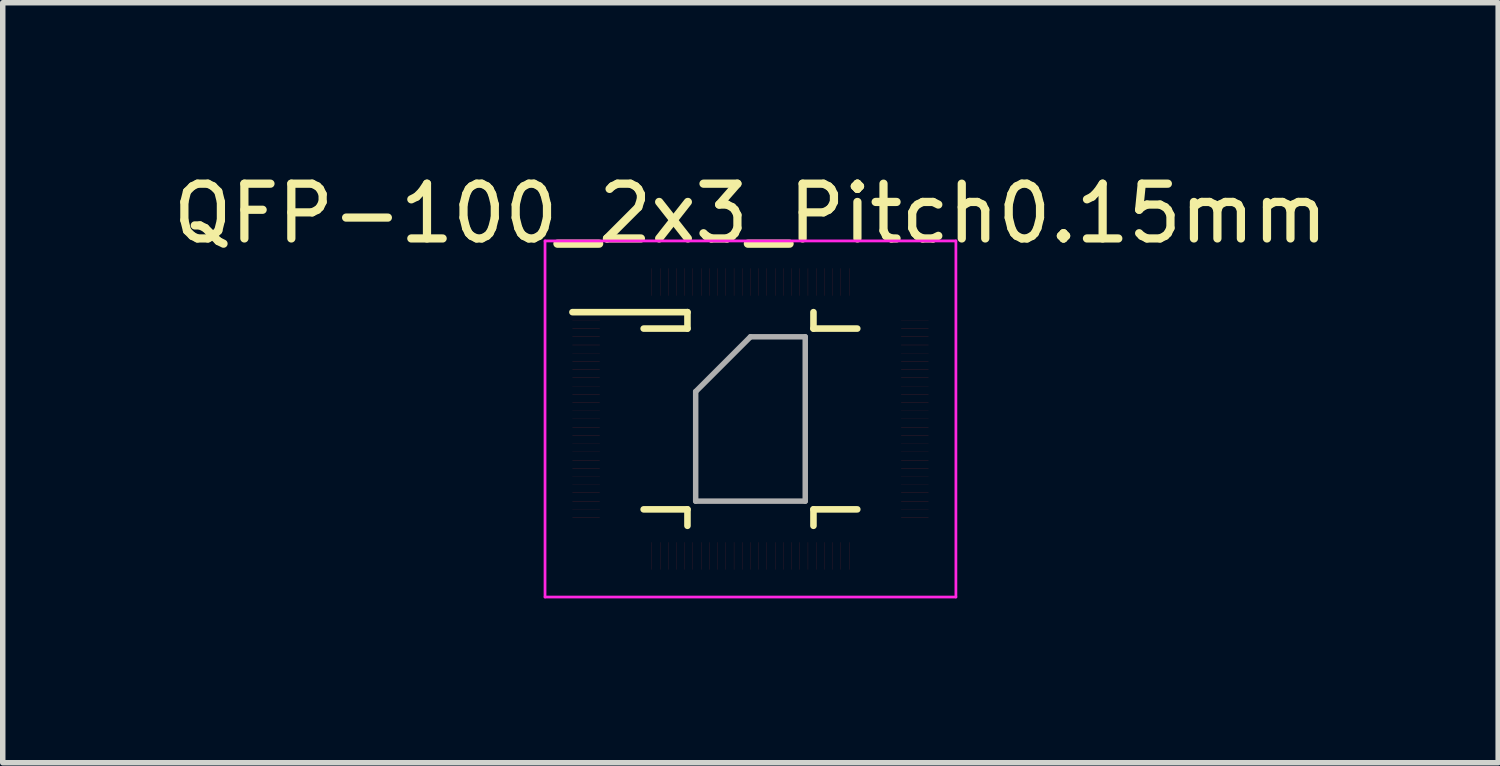
<source format=kicad_pcb>
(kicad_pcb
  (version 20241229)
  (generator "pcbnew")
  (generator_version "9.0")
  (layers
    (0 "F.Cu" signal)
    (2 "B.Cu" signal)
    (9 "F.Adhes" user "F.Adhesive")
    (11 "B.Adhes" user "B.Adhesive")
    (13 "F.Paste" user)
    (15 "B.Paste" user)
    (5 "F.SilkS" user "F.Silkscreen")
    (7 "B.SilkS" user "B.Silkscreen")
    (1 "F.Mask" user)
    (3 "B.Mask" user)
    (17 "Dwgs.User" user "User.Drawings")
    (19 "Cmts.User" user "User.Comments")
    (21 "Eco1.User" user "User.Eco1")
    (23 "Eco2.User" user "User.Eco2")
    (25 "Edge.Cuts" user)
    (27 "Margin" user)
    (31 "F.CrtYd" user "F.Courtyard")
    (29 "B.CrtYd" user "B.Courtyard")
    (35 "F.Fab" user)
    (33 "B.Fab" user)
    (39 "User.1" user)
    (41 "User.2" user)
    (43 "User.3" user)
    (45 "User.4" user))
  (footprint "QFP-100_2x3_Pitch0.15mm"
    (layer "F.Cu")
    (at 10.649 4.598)
    (property "Reference" "QFP-100_2x3_Pitch0.15mm" (at 0 -3.75 0) (layer "F.SilkS") (effects (font (size 1 1) (thickness 0.15))))
    (attr smd)
    (fp_line (start -1.95 -1.65) (end -1.15 -1.65) (stroke (width 0.12) (type solid)) (layer "F.SilkS"))
    (fp_line (start -1.95 1.65) (end -1.15 1.65) (stroke (width 0.12) (type solid)) (layer "F.SilkS"))
    (fp_line (start -1.15 -1.95) (end -3.25 -1.95) (stroke (width 0.12) (type solid)) (layer "F.SilkS"))
    (fp_line (start -1.15 -1.65) (end -1.15 -1.95) (stroke (width 0.12) (type solid)) (layer "F.SilkS"))
    (fp_line (start -1.15 1.65) (end -1.15 1.95) (stroke (width 0.12) (type solid)) (layer "F.SilkS"))
    (fp_line (start 1.15 -1.65) (end 1.15 -1.95) (stroke (width 0.12) (type solid)) (layer "F.SilkS"))
    (fp_line (start 1.15 1.65) (end 1.15 1.95) (stroke (width 0.12) (type solid)) (layer "F.SilkS"))
    (fp_line (start 1.95 -1.65) (end 1.15 -1.65) (stroke (width 0.12) (type solid)) (layer "F.SilkS"))
    (fp_line (start 1.95 1.65) (end 1.15 1.65) (stroke (width 0.12) (type solid)) (layer "F.SilkS"))
    (fp_line (start -3.75 -3.25) (end 3.75 -3.25) (stroke (width 0.05) (type solid)) (layer "F.CrtYd"))
    (fp_line (start -3.75 3.25) (end -3.75 -3.25) (stroke (width 0.05) (type solid)) (layer "F.CrtYd"))
    (fp_line (start 3.75 -3.25) (end 3.75 3.25) (stroke (width 0.05) (type solid)) (layer "F.CrtYd"))
    (fp_line (start 3.75 3.25) (end -3.75 3.25) (stroke (width 0.05) (type solid)) (layer "F.CrtYd"))
    (fp_line (start -1 -0.5) (end -1 1.5) (stroke (width 0.1) (type solid)) (layer "F.Fab"))
    (fp_line (start -1 1.5) (end 1 1.5) (stroke (width 0.1) (type solid)) (layer "F.Fab"))
    (fp_line (start 0 -1.5) (end -1 -0.5) (stroke (width 0.1) (type solid)) (layer "F.Fab"))
    (fp_line (start 1 -1.5) (end 0 -1.5) (stroke (width 0.1) (type solid)) (layer "F.Fab"))
    (fp_line (start 1 1.5) (end 1 -1.5) (stroke (width 0.1) (type solid)) (layer "F.Fab"))
    (pad "1" smd oval (at -3 -1.8 90) (size 0.002 0.5) (layers "F.Cu" "F.Mask" "F.Paste"))
    (pad "2" smd oval (at -3 -1.65 90) (size 0.002 0.5) (layers "F.Cu" "F.Mask" "F.Paste"))
    (pad "3" smd oval (at -3 -1.5 90) (size 0.002 0.5) (layers "F.Cu" "F.Mask" "F.Paste"))
    (pad "4" smd oval (at -3 -1.35 90) (size 0.002 0.5) (layers "F.Cu" "F.Mask" "F.Paste"))
    (pad "5" smd oval (at -3 -1.2 90) (size 0.002 0.5) (layers "F.Cu" "F.Mask" "F.Paste"))
    (pad "6" smd oval (at -3 -1.05 90) (size 0.002 0.5) (layers "F.Cu" "F.Mask" "F.Paste"))
    (pad "7" smd oval (at -3 -0.9 90) (size 0.002 0.5) (layers "F.Cu" "F.Mask" "F.Paste"))
    (pad "8" smd oval (at -3 -0.75 90) (size 0.002 0.5) (layers "F.Cu" "F.Mask" "F.Paste"))
    (pad "9" smd oval (at -3 -0.6 90) (size 0.002 0.5) (layers "F.Cu" "F.Mask" "F.Paste"))
    (pad "10" smd oval (at -3 -0.45 90) (size 0.002 0.5) (layers "F.Cu" "F.Mask" "F.Paste"))
    (pad "11" smd oval (at -3 -0.3 90) (size 0.002 0.5) (layers "F.Cu" "F.Mask" "F.Paste"))
    (pad "12" smd oval (at -3 -0.15 90) (size 0.002 0.5) (layers "F.Cu" "F.Mask" "F.Paste"))
    (pad "13" smd oval (at -3 0 90) (size 0.002 0.5) (layers "F.Cu" "F.Mask" "F.Paste"))
    (pad "14" smd oval (at -3 0.15 90) (size 0.002 0.5) (layers "F.Cu" "F.Mask" "F.Paste"))
    (pad "15" smd oval (at -3 0.3 90) (size 0.002 0.5) (layers "F.Cu" "F.Mask" "F.Paste"))
    (pad "16" smd oval (at -3 0.45 90) (size 0.002 0.5) (layers "F.Cu" "F.Mask" "F.Paste"))
    (pad "17" smd oval (at -3 0.6 90) (size 0.002 0.5) (layers "F.Cu" "F.Mask" "F.Paste"))
    (pad "18" smd oval (at -3 0.75 90) (size 0.002 0.5) (layers "F.Cu" "F.Mask" "F.Paste"))
    (pad "19" smd oval (at -3 0.9 90) (size 0.002 0.5) (layers "F.Cu" "F.Mask" "F.Paste"))
    (pad "20" smd oval (at -3 1.05 90) (size 0.002 0.5) (layers "F.Cu" "F.Mask" "F.Paste"))
    (pad "21" smd oval (at -3 1.2 90) (size 0.002 0.5) (layers "F.Cu" "F.Mask" "F.Paste"))
    (pad "22" smd oval (at -3 1.35 90) (size 0.002 0.5) (layers "F.Cu" "F.Mask" "F.Paste"))
    (pad "23" smd oval (at -3 1.5 90) (size 0.002 0.5) (layers "F.Cu" "F.Mask" "F.Paste"))
    (pad "24" smd oval (at -3 1.65 90) (size 0.002 0.5) (layers "F.Cu" "F.Mask" "F.Paste"))
    (pad "25" smd oval (at -3 1.8 90) (size 0.002 0.5) (layers "F.Cu" "F.Mask" "F.Paste"))
    (pad "26" smd oval (at -1.8 2.5) (size 0.002 0.5) (layers "F.Cu" "F.Mask" "F.Paste"))
    (pad "27" smd oval (at -1.65 2.5) (size 0.002 0.5) (layers "F.Cu" "F.Mask" "F.Paste"))
    (pad "28" smd oval (at -1.5 2.5) (size 0.002 0.5) (layers "F.Cu" "F.Mask" "F.Paste"))
    (pad "29" smd oval (at -1.35 2.5) (size 0.002 0.5) (layers "F.Cu" "F.Mask" "F.Paste"))
    (pad "30" smd oval (at -1.2 2.5) (size 0.002 0.5) (layers "F.Cu" "F.Mask" "F.Paste"))
    (pad "31" smd oval (at -1.05 2.5) (size 0.002 0.5) (layers "F.Cu" "F.Mask" "F.Paste"))
    (pad "32" smd oval (at -0.9 2.5) (size 0.002 0.5) (layers "F.Cu" "F.Mask" "F.Paste"))
    (pad "33" smd oval (at -0.75 2.5) (size 0.002 0.5) (layers "F.Cu" "F.Mask" "F.Paste"))
    (pad "34" smd oval (at -0.6 2.5) (size 0.002 0.5) (layers "F.Cu" "F.Mask" "F.Paste"))
    (pad "35" smd oval (at -0.45 2.5) (size 0.002 0.5) (layers "F.Cu" "F.Mask" "F.Paste"))
    (pad "36" smd oval (at -0.3 2.5) (size 0.002 0.5) (layers "F.Cu" "F.Mask" "F.Paste"))
    (pad "37" smd oval (at -0.15 2.5) (size 0.002 0.5) (layers "F.Cu" "F.Mask" "F.Paste"))
    (pad "38" smd oval (at 0 2.5) (size 0.002 0.5) (layers "F.Cu" "F.Mask" "F.Paste"))
    (pad "39" smd oval (at 0.15 2.5) (size 0.002 0.5) (layers "F.Cu" "F.Mask" "F.Paste"))
    (pad "40" smd oval (at 0.3 2.5) (size 0.002 0.5) (layers "F.Cu" "F.Mask" "F.Paste"))
    (pad "41" smd oval (at 0.45 2.5) (size 0.002 0.5) (layers "F.Cu" "F.Mask" "F.Paste"))
    (pad "42" smd oval (at 0.6 2.5) (size 0.002 0.5) (layers "F.Cu" "F.Mask" "F.Paste"))
    (pad "43" smd oval (at 0.75 2.5) (size 0.002 0.5) (layers "F.Cu" "F.Mask" "F.Paste"))
    (pad "44" smd oval (at 0.9 2.5) (size 0.002 0.5) (layers "F.Cu" "F.Mask" "F.Paste"))
    (pad "45" smd oval (at 1.05 2.5) (size 0.002 0.5) (layers "F.Cu" "F.Mask" "F.Paste"))
    (pad "46" smd oval (at 1.2 2.5) (size 0.002 0.5) (layers "F.Cu" "F.Mask" "F.Paste"))
    (pad "47" smd oval (at 1.35 2.5) (size 0.002 0.5) (layers "F.Cu" "F.Mask" "F.Paste"))
    (pad "48" smd oval (at 1.5 2.5) (size 0.002 0.5) (layers "F.Cu" "F.Mask" "F.Paste"))
    (pad "49" smd oval (at 1.65 2.5) (size 0.002 0.5) (layers "F.Cu" "F.Mask" "F.Paste"))
    (pad "50" smd oval (at 1.8 2.5) (size 0.002 0.5) (layers "F.Cu" "F.Mask" "F.Paste"))
    (pad "51" smd oval (at 3 1.8 90) (size 0.002 0.5) (layers "F.Cu" "F.Mask" "F.Paste"))
    (pad "52" smd oval (at 3 1.65 90) (size 0.002 0.5) (layers "F.Cu" "F.Mask" "F.Paste"))
    (pad "53" smd oval (at 3 1.5 90) (size 0.002 0.5) (layers "F.Cu" "F.Mask" "F.Paste"))
    (pad "54" smd oval (at 3 1.35 90) (size 0.002 0.5) (layers "F.Cu" "F.Mask" "F.Paste"))
    (pad "55" smd oval (at 3 1.2 90) (size 0.002 0.5) (layers "F.Cu" "F.Mask" "F.Paste"))
    (pad "56" smd oval (at 3 1.05 90) (size 0.002 0.5) (layers "F.Cu" "F.Mask" "F.Paste"))
    (pad "57" smd oval (at 3 0.9 90) (size 0.002 0.5) (layers "F.Cu" "F.Mask" "F.Paste"))
    (pad "58" smd oval (at 3 0.75 90) (size 0.002 0.5) (layers "F.Cu" "F.Mask" "F.Paste"))
    (pad "59" smd oval (at 3 0.6 90) (size 0.002 0.5) (layers "F.Cu" "F.Mask" "F.Paste"))
    (pad "60" smd oval (at 3 0.45 90) (size 0.002 0.5) (layers "F.Cu" "F.Mask" "F.Paste"))
    (pad "61" smd oval (at 3 0.3 90) (size 0.002 0.5) (layers "F.Cu" "F.Mask" "F.Paste"))
    (pad "62" smd oval (at 3 0.15 90) (size 0.002 0.5) (layers "F.Cu" "F.Mask" "F.Paste"))
    (pad "63" smd oval (at 3 0 90) (size 0.002 0.5) (layers "F.Cu" "F.Mask" "F.Paste"))
    (pad "64" smd oval (at 3 -0.15 90) (size 0.002 0.5) (layers "F.Cu" "F.Mask" "F.Paste"))
    (pad "65" smd oval (at 3 -0.3 90) (size 0.002 0.5) (layers "F.Cu" "F.Mask" "F.Paste"))
    (pad "66" smd oval (at 3 -0.45 90) (size 0.002 0.5) (layers "F.Cu" "F.Mask" "F.Paste"))
    (pad "67" smd oval (at 3 -0.6 90) (size 0.002 0.5) (layers "F.Cu" "F.Mask" "F.Paste"))
    (pad "68" smd oval (at 3 -0.75 90) (size 0.002 0.5) (layers "F.Cu" "F.Mask" "F.Paste"))
    (pad "69" smd oval (at 3 -0.9 90) (size 0.002 0.5) (layers "F.Cu" "F.Mask" "F.Paste"))
    (pad "70" smd oval (at 3 -1.05 90) (size 0.002 0.5) (layers "F.Cu" "F.Mask" "F.Paste"))
    (pad "71" smd oval (at 3 -1.2 90) (size 0.002 0.5) (layers "F.Cu" "F.Mask" "F.Paste"))
    (pad "72" smd oval (at 3 -1.35 90) (size 0.002 0.5) (layers "F.Cu" "F.Mask" "F.Paste"))
    (pad "73" smd oval (at 3 -1.5 90) (size 0.002 0.5) (layers "F.Cu" "F.Mask" "F.Paste"))
    (pad "74" smd oval (at 3 -1.65 90) (size 0.002 0.5) (layers "F.Cu" "F.Mask" "F.Paste"))
    (pad "75" smd oval (at 3 -1.8 90) (size 0.002 0.5) (layers "F.Cu" "F.Mask" "F.Paste"))
    (pad "76" smd oval (at 1.8 -2.5) (size 0.002 0.5) (layers "F.Cu" "F.Mask" "F.Paste"))
    (pad "77" smd oval (at 1.65 -2.5) (size 0.002 0.5) (layers "F.Cu" "F.Mask" "F.Paste"))
    (pad "78" smd oval (at 1.5 -2.5) (size 0.002 0.5) (layers "F.Cu" "F.Mask" "F.Paste"))
    (pad "79" smd oval (at 1.35 -2.5) (size 0.002 0.5) (layers "F.Cu" "F.Mask" "F.Paste"))
    (pad "80" smd oval (at 1.2 -2.5) (size 0.002 0.5) (layers "F.Cu" "F.Mask" "F.Paste"))
    (pad "81" smd oval (at 1.05 -2.5) (size 0.002 0.5) (layers "F.Cu" "F.Mask" "F.Paste"))
    (pad "82" smd oval (at 0.9 -2.5) (size 0.002 0.5) (layers "F.Cu" "F.Mask" "F.Paste"))
    (pad "83" smd oval (at 0.75 -2.5) (size 0.002 0.5) (layers "F.Cu" "F.Mask" "F.Paste"))
    (pad "84" smd oval (at 0.6 -2.5) (size 0.002 0.5) (layers "F.Cu" "F.Mask" "F.Paste"))
    (pad "85" smd oval (at 0.45 -2.5) (size 0.002 0.5) (layers "F.Cu" "F.Mask" "F.Paste"))
    (pad "86" smd oval (at 0.3 -2.5) (size 0.002 0.5) (layers "F.Cu" "F.Mask" "F.Paste"))
    (pad "87" smd oval (at 0.15 -2.5) (size 0.002 0.5) (layers "F.Cu" "F.Mask" "F.Paste"))
    (pad "88" smd oval (at 0 -2.5) (size 0.002 0.5) (layers "F.Cu" "F.Mask" "F.Paste"))
    (pad "89" smd oval (at -0.15 -2.5) (size 0.002 0.5) (layers "F.Cu" "F.Mask" "F.Paste"))
    (pad "90" smd oval (at -0.3 -2.5) (size 0.002 0.5) (layers "F.Cu" "F.Mask" "F.Paste"))
    (pad "91" smd oval (at -0.45 -2.5) (size 0.002 0.5) (layers "F.Cu" "F.Mask" "F.Paste"))
    (pad "92" smd oval (at -0.6 -2.5) (size 0.002 0.5) (layers "F.Cu" "F.Mask" "F.Paste"))
    (pad "93" smd oval (at -0.75 -2.5) (size 0.002 0.5) (layers "F.Cu" "F.Mask" "F.Paste"))
    (pad "94" smd oval (at -0.9 -2.5) (size 0.002 0.5) (layers "F.Cu" "F.Mask" "F.Paste"))
    (pad "95" smd oval (at -1.05 -2.5) (size 0.002 0.5) (layers "F.Cu" "F.Mask" "F.Paste"))
    (pad "96" smd oval (at -1.2 -2.5) (size 0.002 0.5) (layers "F.Cu" "F.Mask" "F.Paste"))
    (pad "97" smd oval (at -1.35 -2.5) (size 0.002 0.5) (layers "F.Cu" "F.Mask" "F.Paste"))
    (pad "98" smd oval (at -1.5 -2.5) (size 0.002 0.5) (layers "F.Cu" "F.Mask" "F.Paste"))
    (pad "99" smd oval (at -1.65 -2.5) (size 0.002 0.5) (layers "F.Cu" "F.Mask" "F.Paste"))
    (pad "100" smd oval (at -1.8 -2.5) (size 0.002 0.5) (layers "F.Cu" "F.Mask" "F.Paste")))
  (gr_rect
    (start -3 -3)
    (end 24.298 10.873)
    (stroke (width 0.1) (type default))
    (fill no)
    (layer "Edge.Cuts")))
</source>
